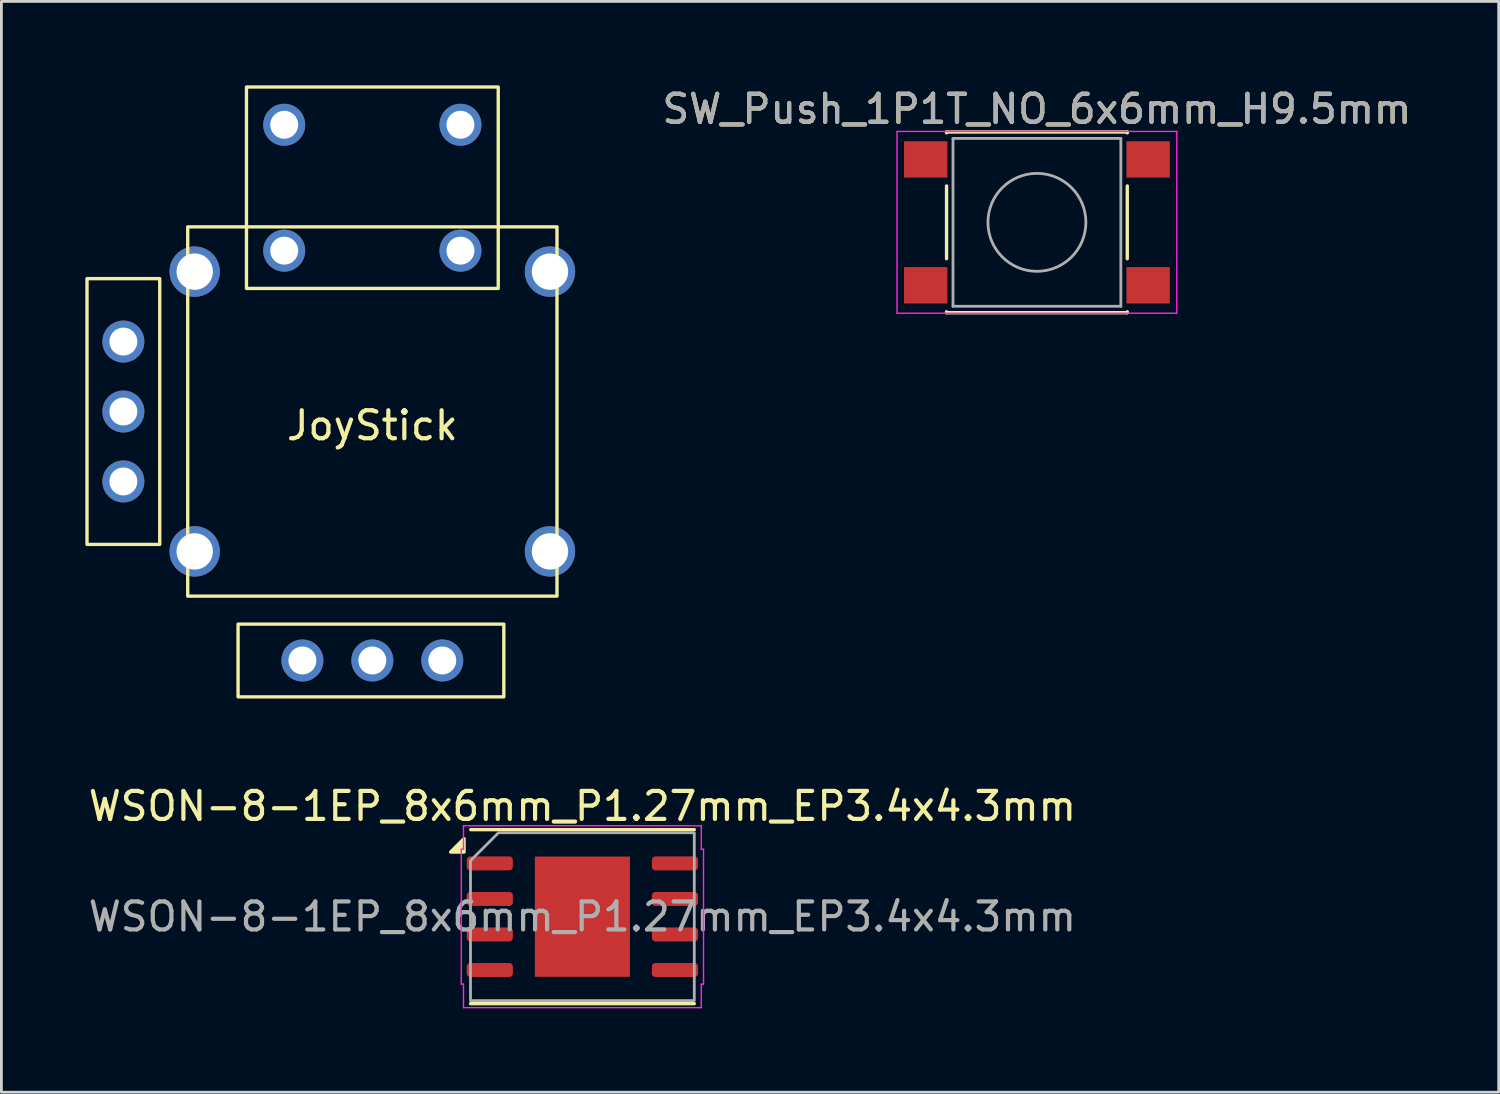
<source format=kicad_pcb>
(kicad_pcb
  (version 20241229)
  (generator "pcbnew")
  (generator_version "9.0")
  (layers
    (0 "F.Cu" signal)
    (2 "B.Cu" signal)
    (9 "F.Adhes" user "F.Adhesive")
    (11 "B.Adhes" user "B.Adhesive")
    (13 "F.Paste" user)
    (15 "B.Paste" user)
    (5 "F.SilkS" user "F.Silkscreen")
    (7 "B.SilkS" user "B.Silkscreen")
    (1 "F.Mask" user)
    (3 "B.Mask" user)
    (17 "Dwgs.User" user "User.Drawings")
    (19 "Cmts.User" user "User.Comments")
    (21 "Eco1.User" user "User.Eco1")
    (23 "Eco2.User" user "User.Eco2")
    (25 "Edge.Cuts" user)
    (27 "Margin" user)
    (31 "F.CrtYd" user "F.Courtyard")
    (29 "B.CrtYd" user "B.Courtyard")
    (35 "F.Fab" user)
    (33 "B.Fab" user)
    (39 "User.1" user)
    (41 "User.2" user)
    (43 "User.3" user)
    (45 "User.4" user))
  (footprint "JoyStick"
    (layer "F.Cu")
    (at 10.26 11.66)
    (property "Reference" "JoyStick" (at 0 0.5 0) (layer "F.SilkS") (effects (font (size 1 1) (thickness 0.15))))
    (attr through_hole)
    (fp_rect (start -10.2 4.75) (end -7.6 -4.75) (stroke (width 0.12) (type solid)) (fill no) (layer "F.SilkS"))
    (fp_rect (start -6.6 6.6) (end 6.6 -6.6) (stroke (width 0.12) (type solid)) (fill no) (layer "F.SilkS"))
    (fp_rect (start -4.5 -4.4) (end 4.5 -11.6) (stroke (width 0.12) (type solid)) (fill no) (layer "F.SilkS"))
    (fp_rect (start 4.7 10.2) (end -4.8 7.6) (stroke (width 0.12) (type solid)) (fill no) (layer "F.SilkS"))
    (pad "" thru_hole circle (at -6.35 -5) (size 1.8 1.8) (drill 1.3) (layers "*.Cu" "*.Mask"))
    (pad "" thru_hole circle (at -6.35 5) (size 1.8 1.8) (drill 1.3) (layers "*.Cu" "*.Mask"))
    (pad "" thru_hole circle (at 3.15 -10.25) (size 1.5 1.5) (drill 1) (layers "*.Cu" "*.Mask"))
    (pad "" thru_hole circle (at 3.15 -5.75) (size 1.5 1.5) (drill 1) (layers "*.Cu" "*.Mask"))
    (pad "" thru_hole circle (at 6.35 -5) (size 1.8 1.8) (drill 1.3) (layers "*.Cu" "*.Mask"))
    (pad "" thru_hole circle (at 6.35 5) (size 1.8 1.8) (drill 1.3) (layers "*.Cu" "*.Mask"))
    (pad "1" thru_hole circle (at 2.5 8.9) (size 1.5 1.5) (drill 1) (layers "*.Cu" "*.Mask"))
    (pad "2" thru_hole circle (at 0 8.9) (size 1.5 1.5) (drill 1) (layers "*.Cu" "*.Mask"))
    (pad "3" thru_hole circle (at -2.5 8.9) (size 1.5 1.5) (drill 1) (layers "*.Cu" "*.Mask"))
    (pad "4" thru_hole circle (at -8.9 2.5) (size 1.5 1.5) (drill 1) (layers "*.Cu" "*.Mask"))
    (pad "5" thru_hole circle (at -8.9 0) (size 1.5 1.5) (drill 1) (layers "*.Cu" "*.Mask"))
    (pad "6" thru_hole circle (at -8.9 -2.5) (size 1.5 1.5) (drill 1) (layers "*.Cu" "*.Mask"))
    (pad "7" thru_hole circle (at -3.15 -5.75) (size 1.5 1.5) (drill 1) (layers "*.Cu" "*.Mask"))
    (pad "8" thru_hole circle (at -3.15 -10.25) (size 1.5 1.5) (drill 1) (layers "*.Cu" "*.Mask")))
  (footprint "WSON-8-1EP_8x6mm_P1.27mm_EP3.4x4.3mm"
    (layer "F.Cu")
    (at 17.768 29.718)
    (property "Reference" "WSON-8-1EP_8x6mm_P1.27mm_EP3.4x4.3mm" (at 0 -3.95 0) (layer "F.SilkS") (effects (font (size 1 1) (thickness 0.15))))
    (attr smd)
    (fp_line (start -4 3.11) (end 4 3.11) (stroke (width 0.12) (type solid)) (layer "F.SilkS"))
    (fp_line (start -3.99 -3.11) (end 4 -3.11) (stroke (width 0.12) (type solid)) (layer "F.SilkS"))
    (fp_poly (pts (xy -4.23 -2.31) (xy -4.71 -2.31) (xy -4.23 -2.79)) (stroke (width 0.12) (type solid)) (fill yes) (layer "F.SilkS"))
    (fp_line (start -4.33 -2.41) (end -4.25 -2.41) (stroke (width 0.05) (type solid)) (layer "F.CrtYd"))
    (fp_line (start -4.33 2.41) (end -4.33 -2.41) (stroke (width 0.05) (type solid)) (layer "F.CrtYd"))
    (fp_line (start -4.25 -3.25) (end 4.25 -3.25) (stroke (width 0.05) (type solid)) (layer "F.CrtYd"))
    (fp_line (start -4.25 -2.41) (end -4.25 -3.25) (stroke (width 0.05) (type solid)) (layer "F.CrtYd"))
    (fp_line (start -4.25 2.41) (end -4.33 2.41) (stroke (width 0.05) (type solid)) (layer "F.CrtYd"))
    (fp_line (start -4.25 3.25) (end -4.25 2.41) (stroke (width 0.05) (type solid)) (layer "F.CrtYd"))
    (fp_line (start 4.25 -3.25) (end 4.25 -2.41) (stroke (width 0.05) (type solid)) (layer "F.CrtYd"))
    (fp_line (start 4.25 -2.41) (end 4.33 -2.41) (stroke (width 0.05) (type solid)) (layer "F.CrtYd"))
    (fp_line (start 4.25 2.41) (end 4.25 3.25) (stroke (width 0.05) (type solid)) (layer "F.CrtYd"))
    (fp_line (start 4.25 3.25) (end -4.25 3.25) (stroke (width 0.05) (type solid)) (layer "F.CrtYd"))
    (fp_line (start 4.33 -2.41) (end 4.33 2.41) (stroke (width 0.05) (type solid)) (layer "F.CrtYd"))
    (fp_line (start 4.33 2.41) (end 4.25 2.41) (stroke (width 0.05) (type solid)) (layer "F.CrtYd"))
    (fp_poly (pts (xy -4 -2) (xy -4 3) (xy 4 3) (xy 4 -3) (xy -3 -3)) (stroke (width 0.1) (type solid)) (fill no) (layer "F.Fab"))
    (fp_text user "${REFERENCE}" (at 0 0 0) (layer "F.Fab") (effects (font (size 1 1) (thickness 0.15))))
    (pad "" smd roundrect (at -0.85 -1.075) (size 1.37 1.73) (layers "F.Paste") (roundrect_rratio 0.182))
    (pad "" smd roundrect (at -0.85 1.075) (size 1.37 1.73) (layers "F.Paste") (roundrect_rratio 0.182))
    (pad "" smd roundrect (at 0.85 -1.075) (size 1.37 1.73) (layers "F.Paste") (roundrect_rratio 0.182))
    (pad "" smd roundrect (at 0.85 1.075) (size 1.37 1.73) (layers "F.Paste") (roundrect_rratio 0.182))
    (pad "1" smd roundrect (at -3.31 -1.905) (size 1.65 0.5) (layers "F.Cu" "F.Mask" "F.Paste") (roundrect_rratio 0.25))
    (pad "2" smd roundrect (at -3.31 -0.635) (size 1.65 0.5) (layers "F.Cu" "F.Mask" "F.Paste") (roundrect_rratio 0.25))
    (pad "3" smd roundrect (at -3.31 0.635) (size 1.65 0.5) (layers "F.Cu" "F.Mask" "F.Paste") (roundrect_rratio 0.25))
    (pad "4" smd roundrect (at -3.31 1.905) (size 1.65 0.5) (layers "F.Cu" "F.Mask" "F.Paste") (roundrect_rratio 0.25))
    (pad "5" smd roundrect (at 3.31 1.905) (size 1.65 0.5) (layers "F.Cu" "F.Mask" "F.Paste") (roundrect_rratio 0.25))
    (pad "6" smd roundrect (at 3.31 0.635) (size 1.65 0.5) (layers "F.Cu" "F.Mask" "F.Paste") (roundrect_rratio 0.25))
    (pad "7" smd roundrect (at 3.31 -0.635) (size 1.65 0.5) (layers "F.Cu" "F.Mask" "F.Paste") (roundrect_rratio 0.25))
    (pad "8" smd roundrect (at 3.31 -1.905) (size 1.65 0.5) (layers "F.Cu" "F.Mask" "F.Paste") (roundrect_rratio 0.25))
    (pad "9" smd rect (at 0 0) (size 3.4 4.3) (property pad_prop_heatsink) (layers "F.Cu" "F.Mask")))
  (footprint "SW_Push_1P1T_NO_6x6mm_H9.5mm"
    (layer "F.Cu")
    (at 34.016 4.898)
    (property "Reference" "SW_Push_1P1T_NO_6x6mm_H9.5mm" (at 0 -4.05 0) (layer "F.SilkS") (effects (font (size 1 1) (thickness 0.15))))
    (attr smd)
    (fp_line (start -3.23 -3.23) (end 3.23 -3.23) (stroke (width 0.12) (type solid)) (layer "F.SilkS"))
    (fp_line (start -3.23 -3.2) (end -3.23 -3.23) (stroke (width 0.12) (type solid)) (layer "F.SilkS"))
    (fp_line (start -3.23 -1.3) (end -3.23 1.3) (stroke (width 0.12) (type solid)) (layer "F.SilkS"))
    (fp_line (start -3.23 3.23) (end -3.23 3.2) (stroke (width 0.12) (type solid)) (layer "F.SilkS"))
    (fp_line (start -3.23 3.23) (end 3.23 3.23) (stroke (width 0.12) (type solid)) (layer "F.SilkS"))
    (fp_line (start 3.23 -3.23) (end 3.23 -3.2) (stroke (width 0.12) (type solid)) (layer "F.SilkS"))
    (fp_line (start 3.23 -1.3) (end 3.23 1.3) (stroke (width 0.12) (type solid)) (layer "F.SilkS"))
    (fp_line (start 3.23 3.23) (end 3.23 3.2) (stroke (width 0.12) (type solid)) (layer "F.SilkS"))
    (fp_line (start -5 -3.25) (end -5 3.25) (stroke (width 0.05) (type solid)) (layer "F.CrtYd"))
    (fp_line (start -5 -3.25) (end 5 -3.25) (stroke (width 0.05) (type solid)) (layer "F.CrtYd"))
    (fp_line (start -5 3.25) (end 5 3.25) (stroke (width 0.05) (type solid)) (layer "F.CrtYd"))
    (fp_line (start 5 3.25) (end 5 -3.25) (stroke (width 0.05) (type solid)) (layer "F.CrtYd"))
    (fp_line (start -3 -3) (end -3 3) (stroke (width 0.1) (type solid)) (layer "F.Fab"))
    (fp_line (start -3 3) (end 3 3) (stroke (width 0.1) (type solid)) (layer "F.Fab"))
    (fp_line (start 3 -3) (end -3 -3) (stroke (width 0.1) (type solid)) (layer "F.Fab"))
    (fp_line (start 3 3) (end 3 -3) (stroke (width 0.1) (type solid)) (layer "F.Fab"))
    (fp_circle (center 0 0) (end 1.75 -0.05) (stroke (width 0.1) (type solid)) (fill no) (layer "F.Fab"))
    (fp_text user "${REFERENCE}" (at 0 -4.05 0) (layer "F.Fab") (effects (font (size 1 1) (thickness 0.15))))
    (pad "1" smd rect (at -3.975 -2.25) (size 1.55 1.3) (layers "F.Cu" "F.Mask" "F.Paste"))
    (pad "1" smd rect (at 3.975 -2.25) (size 1.55 1.3) (layers "F.Cu" "F.Mask" "F.Paste"))
    (pad "2" smd rect (at -3.975 2.25) (size 1.55 1.3) (layers "F.Cu" "F.Mask" "F.Paste"))
    (pad "2" smd rect (at 3.975 2.25) (size 1.55 1.3) (layers "F.Cu" "F.Mask" "F.Paste")))
  (gr_rect
    (start -3 -3)
    (end 50.522 35.993)
    (stroke (width 0.1) (type default))
    (fill no)
    (layer "Edge.Cuts")))
</source>
